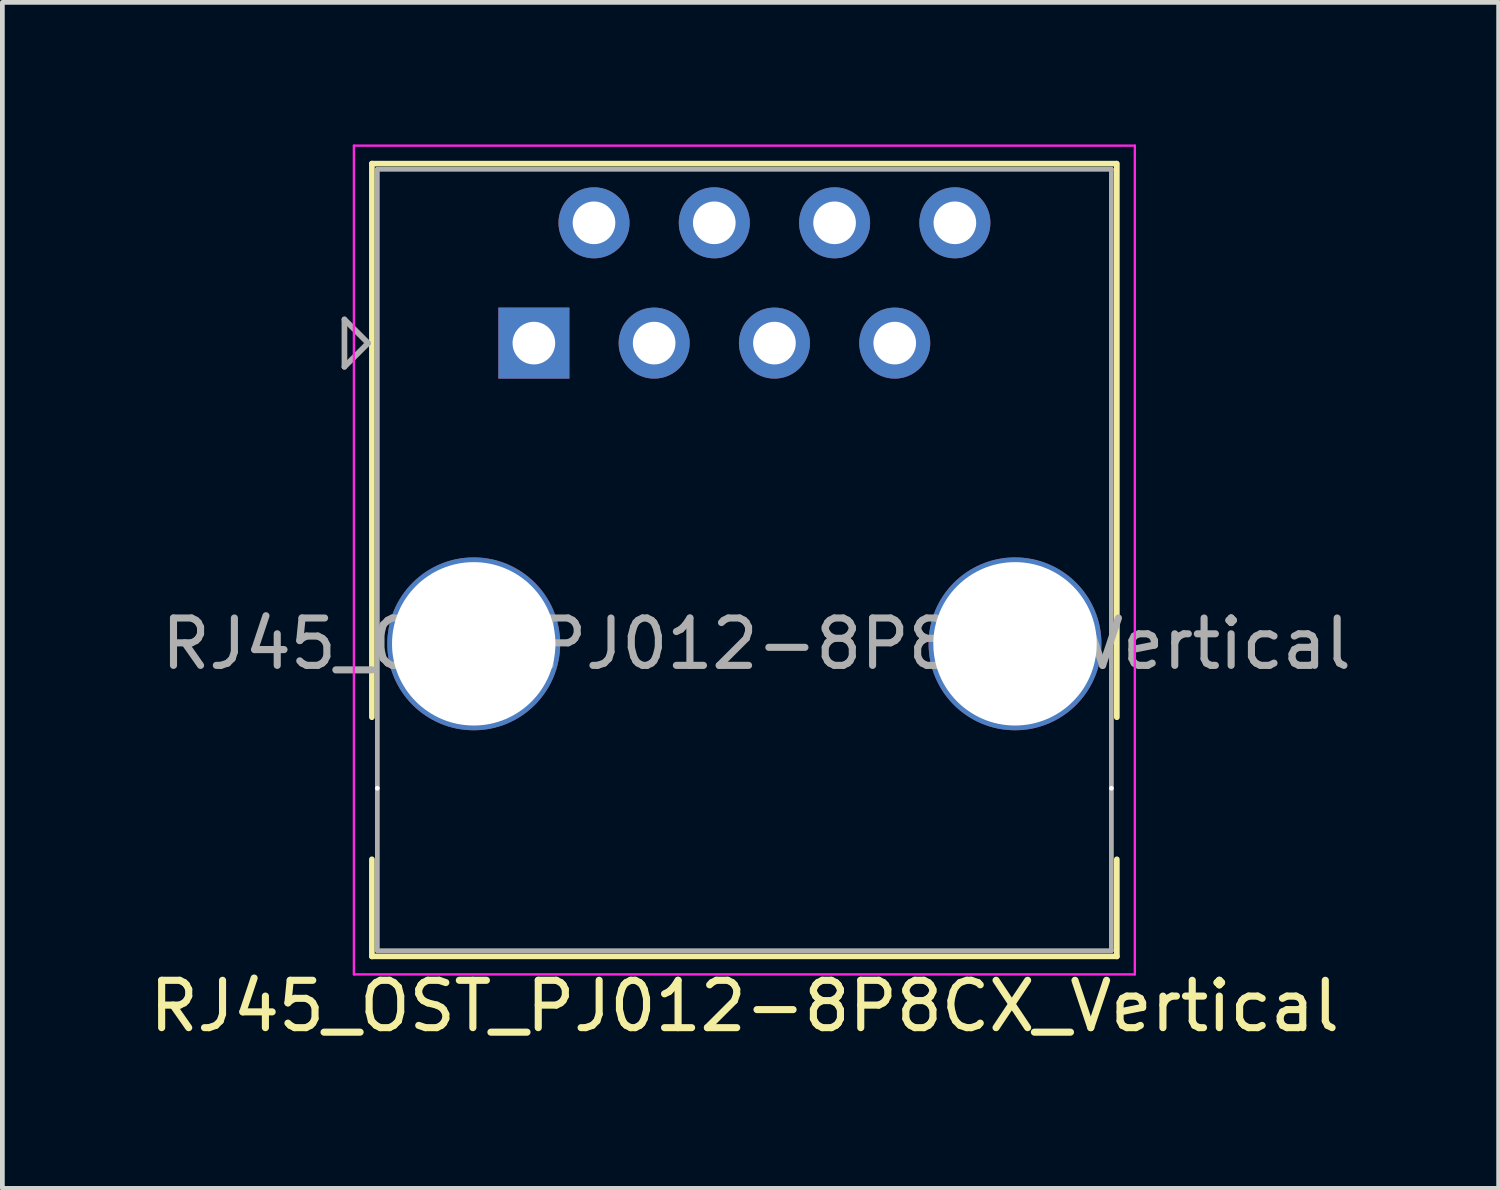
<source format=kicad_pcb>
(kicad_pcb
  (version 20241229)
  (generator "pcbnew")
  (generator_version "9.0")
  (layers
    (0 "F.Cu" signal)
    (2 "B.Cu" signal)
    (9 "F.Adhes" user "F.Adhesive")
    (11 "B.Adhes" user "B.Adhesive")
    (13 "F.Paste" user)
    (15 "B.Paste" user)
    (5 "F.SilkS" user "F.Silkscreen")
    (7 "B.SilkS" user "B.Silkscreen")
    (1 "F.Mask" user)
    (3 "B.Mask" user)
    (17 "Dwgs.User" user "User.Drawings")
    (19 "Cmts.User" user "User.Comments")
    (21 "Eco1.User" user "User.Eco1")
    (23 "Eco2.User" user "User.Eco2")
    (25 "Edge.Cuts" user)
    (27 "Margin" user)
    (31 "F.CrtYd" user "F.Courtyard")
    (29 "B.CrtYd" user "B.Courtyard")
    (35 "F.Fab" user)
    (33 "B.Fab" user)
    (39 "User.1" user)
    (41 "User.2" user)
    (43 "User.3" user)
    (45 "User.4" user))
  (footprint "RJ45_OST_PJ012-8P8CX_Vertical"
    (layer "F.Cu")
    (at 8.223 4.195)
    (property "Reference" "RJ45_OST_PJ012-8P8CX_Vertical" (at 4.45 14 0) (layer "F.SilkS") (effects (font (size 1 1) (thickness 0.15))))
    (attr through_hole)
    (fp_line (start -3.42 -3.79) (end -3.42 7.9) (stroke (width 0.12) (type solid)) (layer "F.SilkS"))
    (fp_line (start -3.42 12.95) (end -3.42 10.9) (stroke (width 0.12) (type solid)) (layer "F.SilkS"))
    (fp_line (start 12.3 -3.79) (end -3.42 -3.79) (stroke (width 0.12) (type solid)) (layer "F.SilkS"))
    (fp_line (start 12.31 -3.79) (end 12.31 7.9) (stroke (width 0.12) (type solid)) (layer "F.SilkS"))
    (fp_line (start 12.31 12.95) (end -3.42 12.95) (stroke (width 0.12) (type solid)) (layer "F.SilkS"))
    (fp_line (start 12.31 12.95) (end 12.31 10.9) (stroke (width 0.12) (type solid)) (layer "F.SilkS"))
    (fp_line (start -3.8 -4.17) (end -3.8 13.33) (stroke (width 0.05) (type solid)) (layer "F.CrtYd"))
    (fp_line (start -3.8 -4.17) (end 12.69 -4.17) (stroke (width 0.05) (type solid)) (layer "F.CrtYd"))
    (fp_line (start -3.8 13.33) (end 12.69 13.33) (stroke (width 0.05) (type solid)) (layer "F.CrtYd"))
    (fp_line (start 12.69 -4.17) (end 12.69 13.33) (stroke (width 0.05) (type solid)) (layer "F.CrtYd"))
    (fp_line (start -4 -0.5) (end -4 0.5) (stroke (width 0.12) (type solid)) (layer "F.Fab"))
    (fp_line (start -4 0.5) (end -3.5 0) (stroke (width 0.12) (type solid)) (layer "F.Fab"))
    (fp_line (start -3.5 0) (end -4 -0.5) (stroke (width 0.12) (type solid)) (layer "F.Fab"))
    (fp_line (start -3.305 -3.67) (end -3.305 12.83) (stroke (width 0.1) (type solid)) (layer "F.Fab"))
    (fp_line (start 12.195 -3.67) (end -3.305 -3.67) (stroke (width 0.1) (type solid)) (layer "F.Fab"))
    (fp_line (start 12.195 -3.67) (end 12.195 12.83) (stroke (width 0.1) (type solid)) (layer "F.Fab"))
    (fp_line (start 12.195 12.83) (end -3.305 12.83) (stroke (width 0.1) (type solid)) (layer "F.Fab"))
    (fp_text user "${REFERENCE}" (at 4.7 6.35 0) (layer "F.Fab") (effects (font (size 1 1) (thickness 0.15))))
    (pad "" np_thru_hole circle (at -3.305 9.4) (size 0.1 0.1) (drill oval 1 1.7) (layers "*.Cu" "*.Mask"))
    (pad "" np_thru_hole circle (at -1.27 6.35) (size 3.65 3.65) (drill 3.45) (layers "*.Cu" "*.Mask"))
    (pad "" np_thru_hole circle (at 10.16 6.35) (size 3.65 3.65) (drill 3.45) (layers "*.Cu" "*.Mask"))
    (pad "" np_thru_hole circle (at 12.195 9.4) (size 0.1 0.1) (drill oval 1 1.7) (layers "*.Cu" "*.Mask"))
    (pad "1" thru_hole rect (at 0 0) (size 1.5 1.5) (drill 0.9) (layers "*.Cu" "*.Mask"))
    (pad "2" thru_hole circle (at 1.27 -2.54) (size 1.5 1.5) (drill 0.9) (layers "*.Cu" "*.Mask"))
    (pad "3" thru_hole circle (at 2.54 0) (size 1.5 1.5) (drill 0.9) (layers "*.Cu" "*.Mask"))
    (pad "4" thru_hole circle (at 3.81 -2.54) (size 1.5 1.5) (drill 0.9) (layers "*.Cu" "*.Mask"))
    (pad "5" thru_hole circle (at 5.08 0) (size 1.5 1.5) (drill 0.9) (layers "*.Cu" "*.Mask"))
    (pad "6" thru_hole circle (at 6.35 -2.54) (size 1.5 1.5) (drill 0.9) (layers "*.Cu" "*.Mask"))
    (pad "7" thru_hole circle (at 7.62 0) (size 1.5 1.5) (drill 0.9) (layers "*.Cu" "*.Mask"))
    (pad "8" thru_hole circle (at 8.89 -2.54) (size 1.5 1.5) (drill 0.9) (layers "*.Cu" "*.Mask")))
  (gr_rect
    (start -3 -3)
    (end 28.595 22.043)
    (stroke (width 0.1) (type default))
    (fill no)
    (layer "Edge.Cuts")))
</source>
